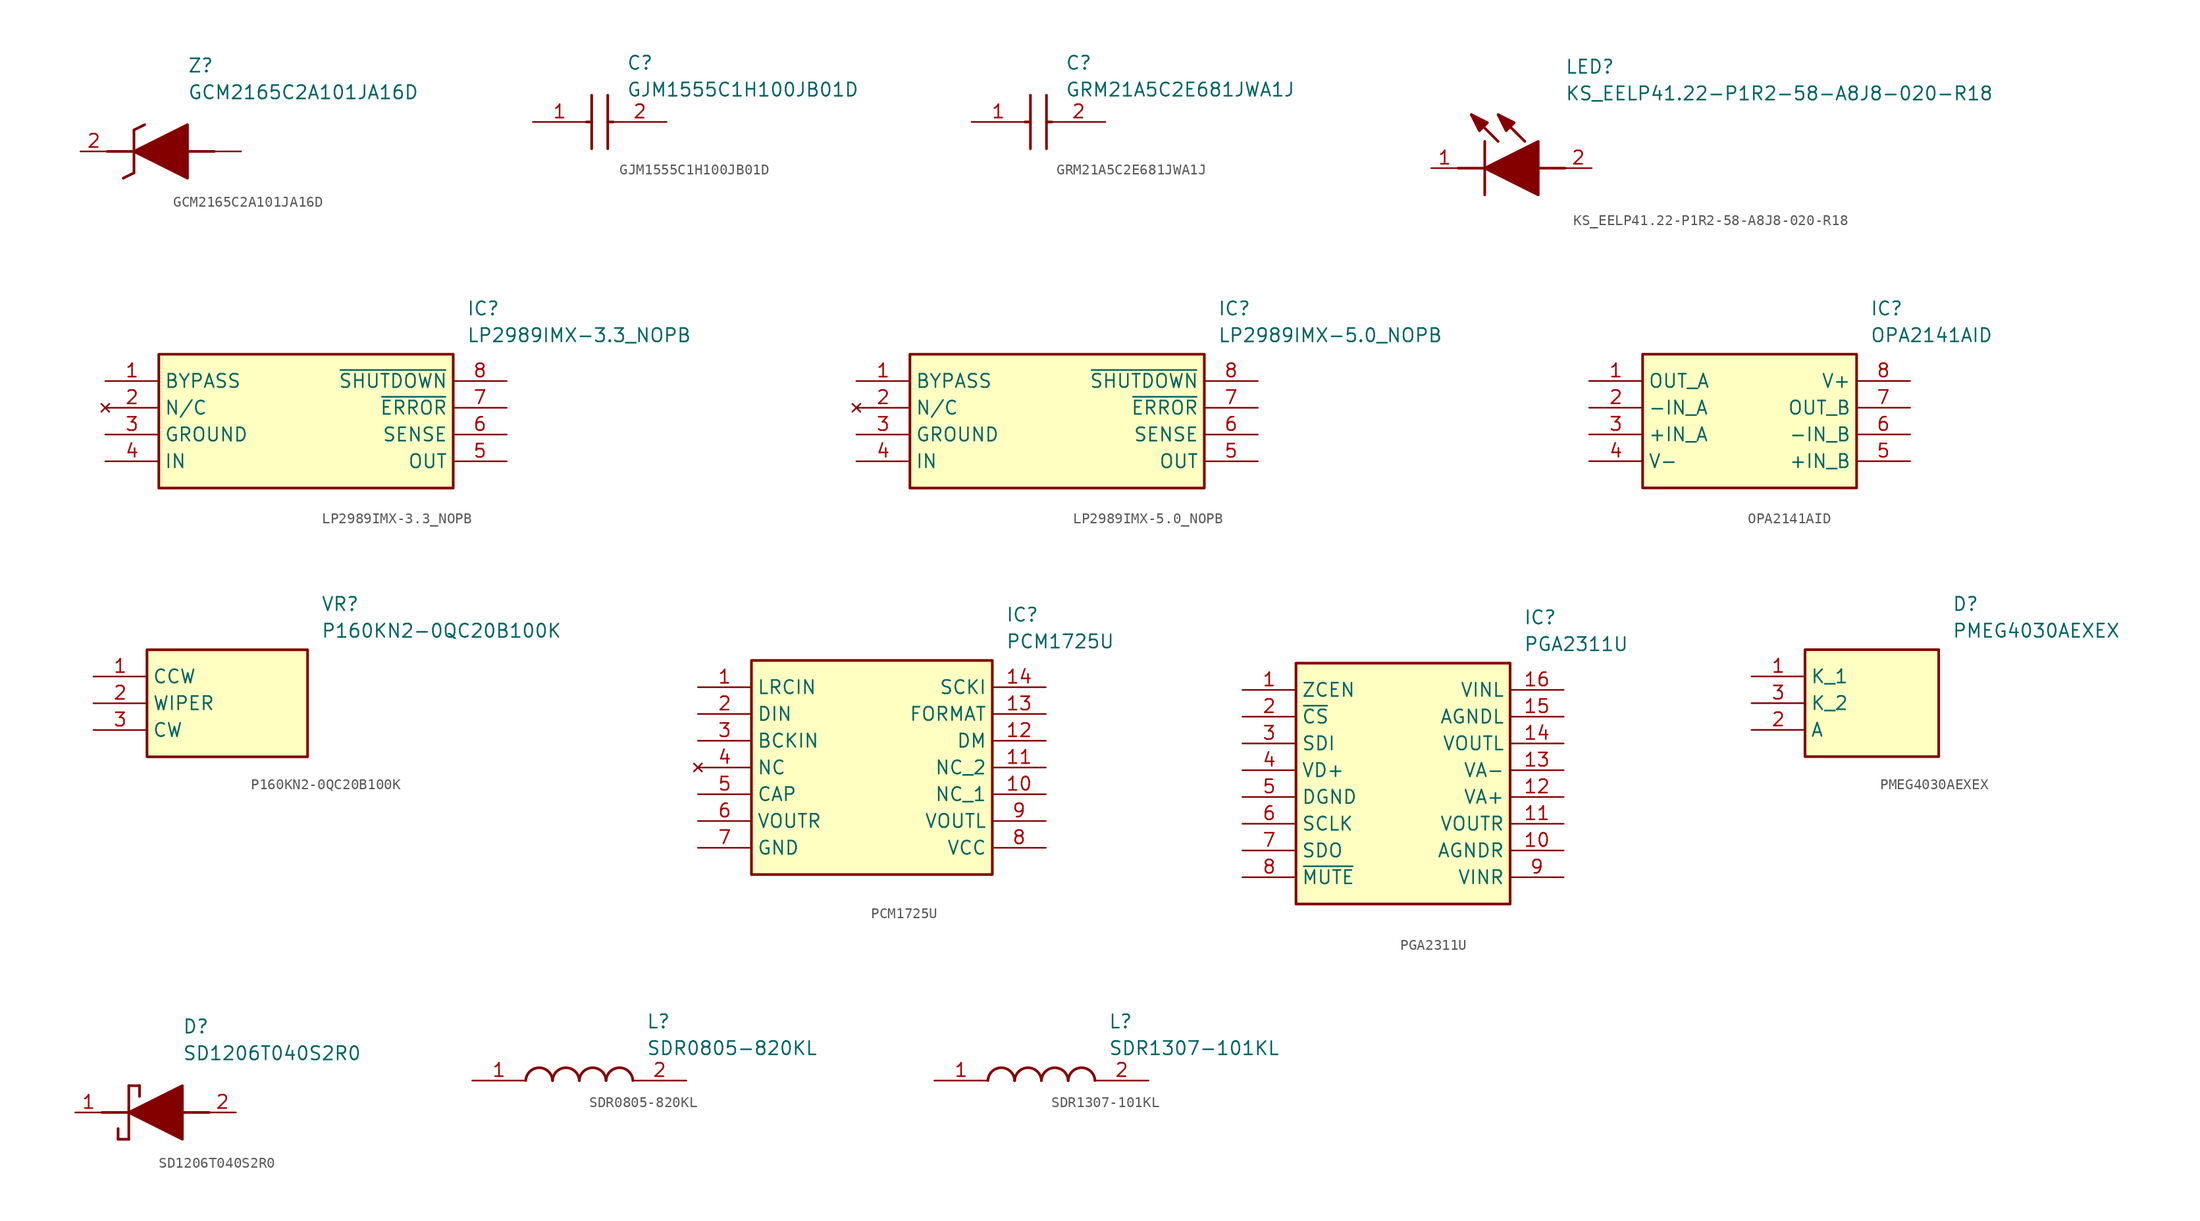
<source format=kicad_sym>
(kicad_symbol_lib
  (version 20220914)
  (generator SamacSys_ECAD_Model)
  (symbol "GCM2165C2A101JA16D"
    (pin_names hide)
    (property "Reference" "Z"
      (at 10.16 8.89 0)
      (effects (font (size 1.27 1.27)) (justify left top)))
    (property "Value" "GCM2165C2A101JA16D"
      (at 10.16 6.35 0)
      (effects (font (size 1.27 1.27)) (justify left top)))
    (polyline
      (pts (xy 5.08 2.032) (xy 5.08 -2.032))
      (stroke (width 0.254) (type default))
      (fill (type none)))
    (polyline
      (pts (xy 5.08 2.032) (xy 6.096 2.54))
      (stroke (width 0.254) (type default))
      (fill (type none)))
    (polyline
      (pts (xy 4.064 -2.54) (xy 5.08 -2.032))
      (stroke (width 0.254) (type default))
      (fill (type none)))
    (polyline
      (pts (xy 2.54 0) (xy 5.08 0))
      (stroke (width 0.254) (type default))
      (fill (type none)))
    (polyline
      (pts (xy 12.7 0) (xy 10.16 0))
      (stroke (width 0.254) (type default))
      (fill (type none)))
    (polyline
      (pts (xy 5.08 0) (xy 10.16 2.54) (xy 10.16 -2.54) (xy 5.08 0))
      (stroke (width 0.254) (type default))
      (fill (type outline)))
    (pin passive line
      (at 0 0 0)
      (length 2.54)
      (name "2" (effects (font (size 1.27 1.27))))
      (number "2" (effects (font (size 1.27 1.27)))))
    (pin passive line
      (at 15.24 0 180)
      (length 2.54)
      (name "" (effects (font (size 1.27 1.27))))
      (number "" (effects (font (size 1.27 1.27))))))
  (symbol "GJM1555C1H100JB01D"
    (pin_names hide)
    (property "Reference" "C"
      (at 8.89 6.35 0)
      (effects (font (size 1.27 1.27)) (justify left top)))
    (property "Value" "GJM1555C1H100JB01D"
      (at 8.89 3.81 0)
      (effects (font (size 1.27 1.27)) (justify left top)))
    (polyline
      (pts (xy 5.588 2.54) (xy 5.588 -2.54))
      (stroke (width 0.254) (type default))
      (fill (type none)))
    (polyline
      (pts (xy 7.112 2.54) (xy 7.112 -2.54))
      (stroke (width 0.254) (type default))
      (fill (type none)))
    (polyline
      (pts (xy 5.08 0) (xy 5.588 0))
      (stroke (width 0.254) (type default))
      (fill (type none)))
    (polyline
      (pts (xy 7.112 0) (xy 7.62 0))
      (stroke (width 0.254) (type default))
      (fill (type none)))
    (pin passive line
      (at 0 0 0)
      (length 5.08)
      (name "1" (effects (font (size 1.27 1.27))))
      (number "1" (effects (font (size 1.27 1.27)))))
    (pin passive line
      (at 12.7 0 180)
      (length 5.08)
      (name "2" (effects (font (size 1.27 1.27))))
      (number "2" (effects (font (size 1.27 1.27))))))
  (symbol "GRM21A5C2E681JWA1J"
    (pin_names hide)
    (property "Reference" "C"
      (at 8.89 6.35 0)
      (effects (font (size 1.27 1.27)) (justify left top)))
    (property "Value" "GRM21A5C2E681JWA1J"
      (at 8.89 3.81 0)
      (effects (font (size 1.27 1.27)) (justify left top)))
    (polyline
      (pts (xy 5.588 2.54) (xy 5.588 -2.54))
      (stroke (width 0.254) (type default))
      (fill (type none)))
    (polyline
      (pts (xy 7.112 2.54) (xy 7.112 -2.54))
      (stroke (width 0.254) (type default))
      (fill (type none)))
    (polyline
      (pts (xy 5.08 0) (xy 5.588 0))
      (stroke (width 0.254) (type default))
      (fill (type none)))
    (polyline
      (pts (xy 7.112 0) (xy 7.62 0))
      (stroke (width 0.254) (type default))
      (fill (type none)))
    (pin passive line
      (at 0 0 0)
      (length 5.08)
      (name "1" (effects (font (size 1.27 1.27))))
      (number "1" (effects (font (size 1.27 1.27)))))
    (pin passive line
      (at 12.7 0 180)
      (length 5.08)
      (name "2" (effects (font (size 1.27 1.27))))
      (number "2" (effects (font (size 1.27 1.27))))))
  (symbol "KS_EELP41.22-P1R2-58-A8J8-020-R18"
    (pin_names hide)
    (property "Reference" "LED"
      (at 12.7 8.89 0)
      (effects (font (size 1.27 1.27)) (justify left bottom)))
    (property "Value" "KS_EELP41.22-P1R2-58-A8J8-020-R18"
      (at 12.7 6.35 0)
      (effects (font (size 1.27 1.27)) (justify left bottom)))
    (polyline
      (pts (xy 5.08 2.54) (xy 5.08 -2.54))
      (stroke (width 0.254) (type default))
      (fill (type none)))
    (polyline
      (pts (xy 6.35 2.54) (xy 3.81 5.08))
      (stroke (width 0.254) (type default))
      (fill (type none)))
    (polyline
      (pts (xy 8.89 2.54) (xy 6.35 5.08))
      (stroke (width 0.254) (type default))
      (fill (type none)))
    (polyline
      (pts (xy 2.54 0) (xy 5.08 0))
      (stroke (width 0.254) (type default))
      (fill (type none)))
    (polyline
      (pts (xy 10.16 0) (xy 12.7 0))
      (stroke (width 0.254) (type default))
      (fill (type none)))
    (polyline
      (pts (xy 5.08 0) (xy 10.16 2.54) (xy 10.16 -2.54) (xy 5.08 0))
      (stroke (width 0.254) (type default))
      (fill (type outline)))
    (polyline
      (pts (xy 5.334 4.318) (xy 4.572 3.556) (xy 3.81 5.08) (xy 5.334 4.318))
      (stroke (width 0.254) (type default))
      (fill (type outline)))
    (polyline
      (pts (xy 7.874 4.318) (xy 7.112 3.556) (xy 6.35 5.08) (xy 7.874 4.318))
      (stroke (width 0.254) (type default))
      (fill (type outline)))
    (pin passive line
      (at 0 0 0)
      (length 2.54)
      (name "K" (effects (font (size 1.27 1.27))))
      (number "1" (effects (font (size 1.27 1.27)))))
    (pin passive line
      (at 15.24 0 180)
      (length 2.54)
      (name "A" (effects (font (size 1.27 1.27))))
      (number "2" (effects (font (size 1.27 1.27))))))
  (symbol "LP2989IMX-3.3_NOPB"
    (property "Reference" "IC"
      (at 34.29 7.62 0)
      (effects (font (size 1.27 1.27)) (justify left top)))
    (property "Value" "LP2989IMX-3.3_NOPB"
      (at 34.29 5.08 0)
      (effects (font (size 1.27 1.27)) (justify left top)))
    (rectangle
      (start 5.08 2.54)
      (end 33.02 -10.16)
      (stroke (width 0.254) (type default))
      (fill (type background)))
    (pin passive line
      (at 0 0 0)
      (length 5.08)
      (name "BYPASS" (effects (font (size 1.27 1.27))))
      (number "1" (effects (font (size 1.27 1.27)))))
    (pin no_connect line
      (at 0 -2.54 0)
      (length 5.08)
      (name "N/C" (effects (font (size 1.27 1.27))))
      (number "2" (effects (font (size 1.27 1.27)))))
    (pin passive line
      (at 0 -5.08 0)
      (length 5.08)
      (name "GROUND" (effects (font (size 1.27 1.27))))
      (number "3" (effects (font (size 1.27 1.27)))))
    (pin passive line
      (at 0 -7.62 0)
      (length 5.08)
      (name "IN" (effects (font (size 1.27 1.27))))
      (number "4" (effects (font (size 1.27 1.27)))))
    (pin passive line
      (at 38.1 0 180)
      (length 5.08)
      (name "~{SHUTDOWN}" (effects (font (size 1.27 1.27))))
      (number "8" (effects (font (size 1.27 1.27)))))
    (pin passive line
      (at 38.1 -2.54 180)
      (length 5.08)
      (name "~{ERROR}" (effects (font (size 1.27 1.27))))
      (number "7" (effects (font (size 1.27 1.27)))))
    (pin passive line
      (at 38.1 -5.08 180)
      (length 5.08)
      (name "SENSE" (effects (font (size 1.27 1.27))))
      (number "6" (effects (font (size 1.27 1.27)))))
    (pin passive line
      (at 38.1 -7.62 180)
      (length 5.08)
      (name "OUT" (effects (font (size 1.27 1.27))))
      (number "5" (effects (font (size 1.27 1.27))))))
  (symbol "LP2989IMX-5.0_NOPB"
    (property "Reference" "IC"
      (at 34.29 7.62 0)
      (effects (font (size 1.27 1.27)) (justify left top)))
    (property "Value" "LP2989IMX-5.0_NOPB"
      (at 34.29 5.08 0)
      (effects (font (size 1.27 1.27)) (justify left top)))
    (rectangle
      (start 5.08 2.54)
      (end 33.02 -10.16)
      (stroke (width 0.254) (type default))
      (fill (type background)))
    (pin passive line
      (at 0 0 0)
      (length 5.08)
      (name "BYPASS" (effects (font (size 1.27 1.27))))
      (number "1" (effects (font (size 1.27 1.27)))))
    (pin no_connect line
      (at 0 -2.54 0)
      (length 5.08)
      (name "N/C" (effects (font (size 1.27 1.27))))
      (number "2" (effects (font (size 1.27 1.27)))))
    (pin passive line
      (at 0 -5.08 0)
      (length 5.08)
      (name "GROUND" (effects (font (size 1.27 1.27))))
      (number "3" (effects (font (size 1.27 1.27)))))
    (pin passive line
      (at 0 -7.62 0)
      (length 5.08)
      (name "IN" (effects (font (size 1.27 1.27))))
      (number "4" (effects (font (size 1.27 1.27)))))
    (pin passive line
      (at 38.1 0 180)
      (length 5.08)
      (name "~{SHUTDOWN}" (effects (font (size 1.27 1.27))))
      (number "8" (effects (font (size 1.27 1.27)))))
    (pin passive line
      (at 38.1 -2.54 180)
      (length 5.08)
      (name "~{ERROR}" (effects (font (size 1.27 1.27))))
      (number "7" (effects (font (size 1.27 1.27)))))
    (pin passive line
      (at 38.1 -5.08 180)
      (length 5.08)
      (name "SENSE" (effects (font (size 1.27 1.27))))
      (number "6" (effects (font (size 1.27 1.27)))))
    (pin passive line
      (at 38.1 -7.62 180)
      (length 5.08)
      (name "OUT" (effects (font (size 1.27 1.27))))
      (number "5" (effects (font (size 1.27 1.27))))))
  (symbol "OPA2141AID"
    (property "Reference" "IC"
      (at 26.67 7.62 0)
      (effects (font (size 1.27 1.27)) (justify left top)))
    (property "Value" "OPA2141AID"
      (at 26.67 5.08 0)
      (effects (font (size 1.27 1.27)) (justify left top)))
    (rectangle
      (start 5.08 2.54)
      (end 25.4 -10.16)
      (stroke (width 0.254) (type default))
      (fill (type background)))
    (pin passive line
      (at 0 0 0)
      (length 5.08)
      (name "OUT_A" (effects (font (size 1.27 1.27))))
      (number "1" (effects (font (size 1.27 1.27)))))
    (pin passive line
      (at 0 -2.54 0)
      (length 5.08)
      (name "-IN_A" (effects (font (size 1.27 1.27))))
      (number "2" (effects (font (size 1.27 1.27)))))
    (pin passive line
      (at 0 -5.08 0)
      (length 5.08)
      (name "+IN_A" (effects (font (size 1.27 1.27))))
      (number "3" (effects (font (size 1.27 1.27)))))
    (pin passive line
      (at 0 -7.62 0)
      (length 5.08)
      (name "V-" (effects (font (size 1.27 1.27))))
      (number "4" (effects (font (size 1.27 1.27)))))
    (pin passive line
      (at 30.48 0 180)
      (length 5.08)
      (name "V+" (effects (font (size 1.27 1.27))))
      (number "8" (effects (font (size 1.27 1.27)))))
    (pin passive line
      (at 30.48 -2.54 180)
      (length 5.08)
      (name "OUT_B" (effects (font (size 1.27 1.27))))
      (number "7" (effects (font (size 1.27 1.27)))))
    (pin passive line
      (at 30.48 -5.08 180)
      (length 5.08)
      (name "-IN_B" (effects (font (size 1.27 1.27))))
      (number "6" (effects (font (size 1.27 1.27)))))
    (pin passive line
      (at 30.48 -7.62 180)
      (length 5.08)
      (name "+IN_B" (effects (font (size 1.27 1.27))))
      (number "5" (effects (font (size 1.27 1.27))))))
  (symbol "P160KN2-0QC20B100K"
    (property "Reference" "VR"
      (at 21.59 7.62 0)
      (effects (font (size 1.27 1.27)) (justify left top)))
    (property "Value" "P160KN2-0QC20B100K"
      (at 21.59 5.08 0)
      (effects (font (size 1.27 1.27)) (justify left top)))
    (rectangle
      (start 5.08 2.54)
      (end 20.32 -7.62)
      (stroke (width 0.254) (type default))
      (fill (type background)))
    (pin passive line
      (at 0 0 0)
      (length 5.08)
      (name "CCW" (effects (font (size 1.27 1.27))))
      (number "1" (effects (font (size 1.27 1.27)))))
    (pin passive line
      (at 0 -2.54 0)
      (length 5.08)
      (name "WIPER" (effects (font (size 1.27 1.27))))
      (number "2" (effects (font (size 1.27 1.27)))))
    (pin passive line
      (at 0 -5.08 0)
      (length 5.08)
      (name "CW" (effects (font (size 1.27 1.27))))
      (number "3" (effects (font (size 1.27 1.27))))))
  (symbol "PCM1725U"
    (property "Reference" "IC"
      (at 29.21 7.62 0)
      (effects (font (size 1.27 1.27)) (justify left top)))
    (property "Value" "PCM1725U"
      (at 29.21 5.08 0)
      (effects (font (size 1.27 1.27)) (justify left top)))
    (rectangle
      (start 5.08 2.54)
      (end 27.94 -17.78)
      (stroke (width 0.254) (type default))
      (fill (type background)))
    (pin passive line
      (at 0 0 0)
      (length 5.08)
      (name "LRCIN" (effects (font (size 1.27 1.27))))
      (number "1" (effects (font (size 1.27 1.27)))))
    (pin passive line
      (at 0 -2.54 0)
      (length 5.08)
      (name "DIN" (effects (font (size 1.27 1.27))))
      (number "2" (effects (font (size 1.27 1.27)))))
    (pin passive line
      (at 0 -5.08 0)
      (length 5.08)
      (name "BCKIN" (effects (font (size 1.27 1.27))))
      (number "3" (effects (font (size 1.27 1.27)))))
    (pin no_connect line
      (at 0 -7.62 0)
      (length 5.08)
      (name "NC" (effects (font (size 1.27 1.27))))
      (number "4" (effects (font (size 1.27 1.27)))))
    (pin passive line
      (at 0 -10.16 0)
      (length 5.08)
      (name "CAP" (effects (font (size 1.27 1.27))))
      (number "5" (effects (font (size 1.27 1.27)))))
    (pin passive line
      (at 0 -12.7 0)
      (length 5.08)
      (name "VOUTR" (effects (font (size 1.27 1.27))))
      (number "6" (effects (font (size 1.27 1.27)))))
    (pin passive line
      (at 0 -15.24 0)
      (length 5.08)
      (name "GND" (effects (font (size 1.27 1.27))))
      (number "7" (effects (font (size 1.27 1.27)))))
    (pin passive line
      (at 33.02 0 180)
      (length 5.08)
      (name "SCKI" (effects (font (size 1.27 1.27))))
      (number "14" (effects (font (size 1.27 1.27)))))
    (pin passive line
      (at 33.02 -2.54 180)
      (length 5.08)
      (name "FORMAT" (effects (font (size 1.27 1.27))))
      (number "13" (effects (font (size 1.27 1.27)))))
    (pin passive line
      (at 33.02 -5.08 180)
      (length 5.08)
      (name "DM" (effects (font (size 1.27 1.27))))
      (number "12" (effects (font (size 1.27 1.27)))))
    (pin passive line
      (at 33.02 -7.62 180)
      (length 5.08)
      (name "NC_2" (effects (font (size 1.27 1.27))))
      (number "11" (effects (font (size 1.27 1.27)))))
    (pin passive line
      (at 33.02 -10.16 180)
      (length 5.08)
      (name "NC_1" (effects (font (size 1.27 1.27))))
      (number "10" (effects (font (size 1.27 1.27)))))
    (pin passive line
      (at 33.02 -12.7 180)
      (length 5.08)
      (name "VOUTL" (effects (font (size 1.27 1.27))))
      (number "9" (effects (font (size 1.27 1.27)))))
    (pin passive line
      (at 33.02 -15.24 180)
      (length 5.08)
      (name "VCC" (effects (font (size 1.27 1.27))))
      (number "8" (effects (font (size 1.27 1.27))))))
  (symbol "PGA2311U"
    (property "Reference" "IC"
      (at 26.67 7.62 0)
      (effects (font (size 1.27 1.27)) (justify left top)))
    (property "Value" "PGA2311U"
      (at 26.67 5.08 0)
      (effects (font (size 1.27 1.27)) (justify left top)))
    (rectangle
      (start 5.08 2.54)
      (end 25.4 -20.32)
      (stroke (width 0.254) (type default))
      (fill (type background)))
    (pin passive line
      (at 0 0 0)
      (length 5.08)
      (name "ZCEN" (effects (font (size 1.27 1.27))))
      (number "1" (effects (font (size 1.27 1.27)))))
    (pin passive line
      (at 0 -2.54 0)
      (length 5.08)
      (name "~{CS}" (effects (font (size 1.27 1.27))))
      (number "2" (effects (font (size 1.27 1.27)))))
    (pin passive line
      (at 0 -5.08 0)
      (length 5.08)
      (name "SDI" (effects (font (size 1.27 1.27))))
      (number "3" (effects (font (size 1.27 1.27)))))
    (pin passive line
      (at 0 -7.62 0)
      (length 5.08)
      (name "VD+" (effects (font (size 1.27 1.27))))
      (number "4" (effects (font (size 1.27 1.27)))))
    (pin passive line
      (at 0 -10.16 0)
      (length 5.08)
      (name "DGND" (effects (font (size 1.27 1.27))))
      (number "5" (effects (font (size 1.27 1.27)))))
    (pin passive line
      (at 0 -12.7 0)
      (length 5.08)
      (name "SCLK" (effects (font (size 1.27 1.27))))
      (number "6" (effects (font (size 1.27 1.27)))))
    (pin passive line
      (at 0 -15.24 0)
      (length 5.08)
      (name "SDO" (effects (font (size 1.27 1.27))))
      (number "7" (effects (font (size 1.27 1.27)))))
    (pin passive line
      (at 0 -17.78 0)
      (length 5.08)
      (name "~{MUTE}" (effects (font (size 1.27 1.27))))
      (number "8" (effects (font (size 1.27 1.27)))))
    (pin passive line
      (at 30.48 0 180)
      (length 5.08)
      (name "VINL" (effects (font (size 1.27 1.27))))
      (number "16" (effects (font (size 1.27 1.27)))))
    (pin passive line
      (at 30.48 -2.54 180)
      (length 5.08)
      (name "AGNDL" (effects (font (size 1.27 1.27))))
      (number "15" (effects (font (size 1.27 1.27)))))
    (pin passive line
      (at 30.48 -5.08 180)
      (length 5.08)
      (name "VOUTL" (effects (font (size 1.27 1.27))))
      (number "14" (effects (font (size 1.27 1.27)))))
    (pin passive line
      (at 30.48 -7.62 180)
      (length 5.08)
      (name "VA-" (effects (font (size 1.27 1.27))))
      (number "13" (effects (font (size 1.27 1.27)))))
    (pin passive line
      (at 30.48 -10.16 180)
      (length 5.08)
      (name "VA+" (effects (font (size 1.27 1.27))))
      (number "12" (effects (font (size 1.27 1.27)))))
    (pin passive line
      (at 30.48 -12.7 180)
      (length 5.08)
      (name "VOUTR" (effects (font (size 1.27 1.27))))
      (number "11" (effects (font (size 1.27 1.27)))))
    (pin passive line
      (at 30.48 -15.24 180)
      (length 5.08)
      (name "AGNDR" (effects (font (size 1.27 1.27))))
      (number "10" (effects (font (size 1.27 1.27)))))
    (pin passive line
      (at 30.48 -17.78 180)
      (length 5.08)
      (name "VINR" (effects (font (size 1.27 1.27))))
      (number "9" (effects (font (size 1.27 1.27))))))
  (symbol "PMEG4030AEXEX"
    (property "Reference" "D"
      (at 19.05 7.62 0)
      (effects (font (size 1.27 1.27)) (justify left top)))
    (property "Value" "PMEG4030AEXEX"
      (at 19.05 5.08 0)
      (effects (font (size 1.27 1.27)) (justify left top)))
    (rectangle
      (start 5.08 2.54)
      (end 17.78 -7.62)
      (stroke (width 0.254) (type default))
      (fill (type background)))
    (pin passive line
      (at 0 0 0)
      (length 5.08)
      (name "K_1" (effects (font (size 1.27 1.27))))
      (number "1" (effects (font (size 1.27 1.27)))))
    (pin passive line
      (at 0 -5.08 0)
      (length 5.08)
      (name "A" (effects (font (size 1.27 1.27))))
      (number "2" (effects (font (size 1.27 1.27)))))
    (pin passive line
      (at 0 -2.54 0)
      (length 5.08)
      (name "K_2" (effects (font (size 1.27 1.27))))
      (number "3" (effects (font (size 1.27 1.27))))))
  (symbol "SD1206T040S2R0"
    (pin_names hide)
    (property "Reference" "D"
      (at 12.7 8.89 0)
      (effects (font (size 1.27 1.27)) (justify left top)))
    (property "Value" "SD1206T040S2R0"
      (at 12.7 6.35 0)
      (effects (font (size 1.27 1.27)) (justify left top)))
    (polyline
      (pts (xy 7.62 2.54) (xy 7.62 -2.54))
      (stroke (width 0.254) (type default))
      (fill (type none)))
    (polyline
      (pts (xy 7.62 2.54) (xy 8.636 2.54))
      (stroke (width 0.254) (type default))
      (fill (type none)))
    (polyline
      (pts (xy 8.636 1.524) (xy 8.636 2.54))
      (stroke (width 0.254) (type default))
      (fill (type none)))
    (polyline
      (pts (xy 7.62 -2.54) (xy 6.604 -2.54))
      (stroke (width 0.254) (type default))
      (fill (type none)))
    (polyline
      (pts (xy 6.604 -1.524) (xy 6.604 -2.54))
      (stroke (width 0.254) (type default))
      (fill (type none)))
    (polyline
      (pts (xy 5.08 0) (xy 7.62 0))
      (stroke (width 0.254) (type default))
      (fill (type none)))
    (polyline
      (pts (xy 12.7 0) (xy 15.24 0))
      (stroke (width 0.254) (type default))
      (fill (type none)))
    (polyline
      (pts (xy 7.62 0) (xy 12.7 2.54) (xy 12.7 -2.54) (xy 7.62 0))
      (stroke (width 0.254) (type default))
      (fill (type outline)))
    (pin passive line
      (at 2.54 0 0)
      (length 2.54)
      (name "K" (effects (font (size 1.27 1.27))))
      (number "1" (effects (font (size 1.27 1.27)))))
    (pin passive line
      (at 17.78 0 180)
      (length 2.54)
      (name "A" (effects (font (size 1.27 1.27))))
      (number "2" (effects (font (size 1.27 1.27))))))
  (symbol "SDR0805-820KL"
    (pin_names hide)
    (property "Reference" "L"
      (at 16.51 6.35 0)
      (effects (font (size 1.27 1.27)) (justify left top)))
    (property "Value" "SDR0805-820KL"
      (at 16.51 3.81 0)
      (effects (font (size 1.27 1.27)) (justify left top)))
    (arc
      (start 7.62 0)
      (mid 6.35 1.219)
      (end 5.08 0)
      (stroke (width 0.254) (type default))
      (fill (type none)))
    (arc
      (start 10.16 0)
      (mid 8.89 1.219)
      (end 7.62 0)
      (stroke (width 0.254) (type default))
      (fill (type none)))
    (arc
      (start 12.7 0)
      (mid 11.43 1.219)
      (end 10.16 0)
      (stroke (width 0.254) (type default))
      (fill (type none)))
    (arc
      (start 15.24 0)
      (mid 13.97 1.219)
      (end 12.7 0)
      (stroke (width 0.254) (type default))
      (fill (type none)))
    (pin passive line
      (at 0 0 0)
      (length 5.08)
      (name "1" (effects (font (size 1.27 1.27))))
      (number "1" (effects (font (size 1.27 1.27)))))
    (pin passive line
      (at 20.32 0 180)
      (length 5.08)
      (name "2" (effects (font (size 1.27 1.27))))
      (number "2" (effects (font (size 1.27 1.27))))))
  (symbol "SDR1307-101KL"
    (pin_names hide)
    (property "Reference" "L"
      (at 16.51 6.35 0)
      (effects (font (size 1.27 1.27)) (justify left top)))
    (property "Value" "SDR1307-101KL"
      (at 16.51 3.81 0)
      (effects (font (size 1.27 1.27)) (justify left top)))
    (arc
      (start 7.62 0)
      (mid 6.35 1.219)
      (end 5.08 0)
      (stroke (width 0.254) (type default))
      (fill (type none)))
    (arc
      (start 10.16 0)
      (mid 8.89 1.219)
      (end 7.62 0)
      (stroke (width 0.254) (type default))
      (fill (type none)))
    (arc
      (start 12.7 0)
      (mid 11.43 1.219)
      (end 10.16 0)
      (stroke (width 0.254) (type default))
      (fill (type none)))
    (arc
      (start 15.24 0)
      (mid 13.97 1.219)
      (end 12.7 0)
      (stroke (width 0.254) (type default))
      (fill (type none)))
    (pin passive line
      (at 0 0 0)
      (length 5.08)
      (name "1" (effects (font (size 1.27 1.27))))
      (number "1" (effects (font (size 1.27 1.27)))))
    (pin passive line
      (at 20.32 0 180)
      (length 5.08)
      (name "2" (effects (font (size 1.27 1.27))))
      (number "2" (effects (font (size 1.27 1.27)))))))
</source>
